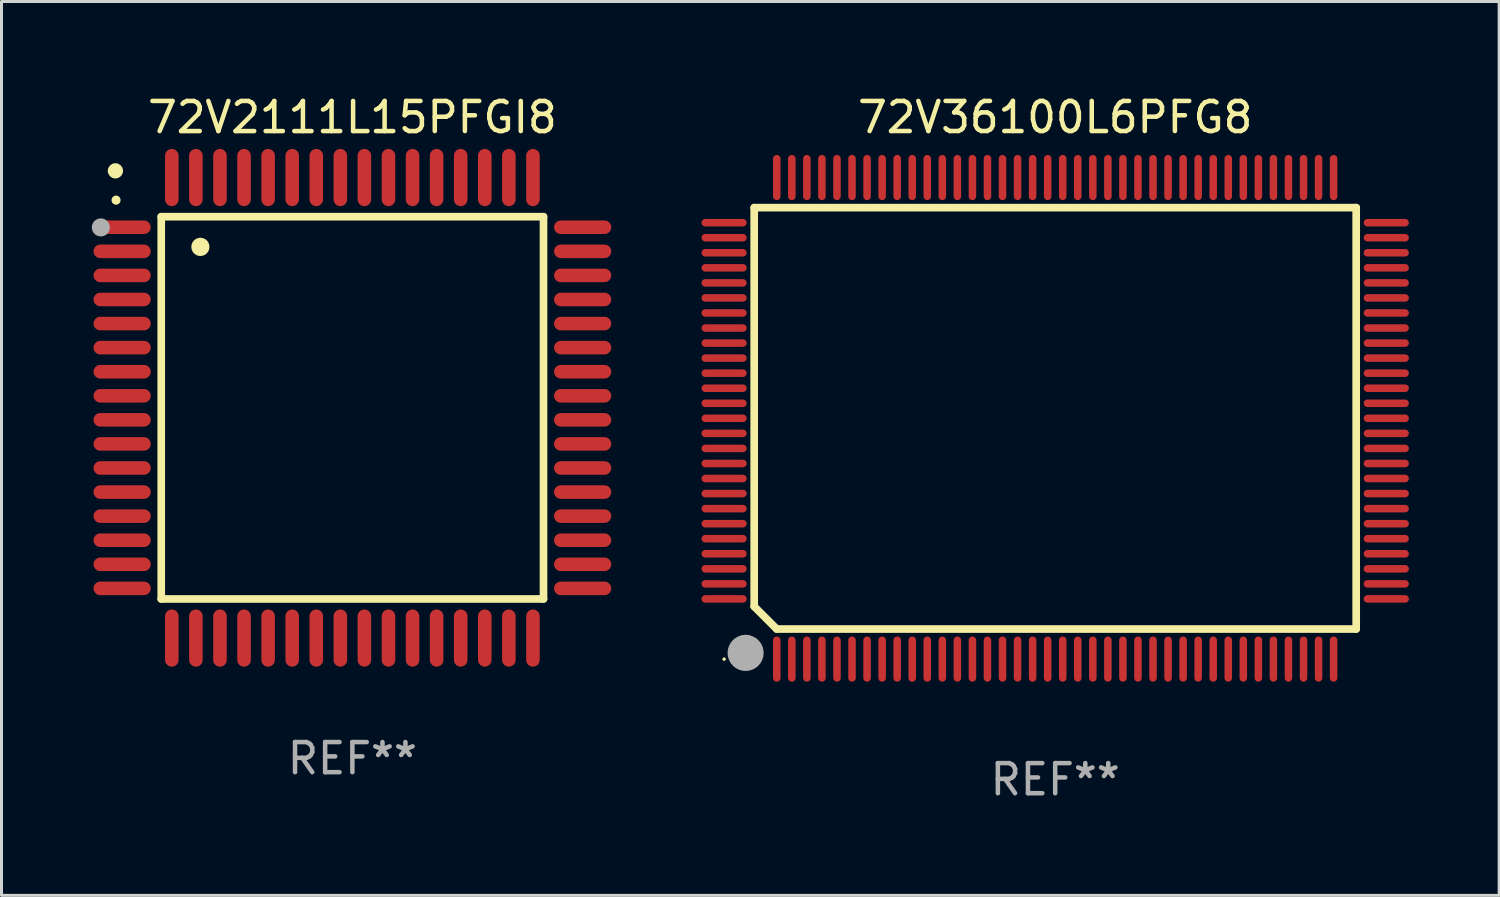
<source format=kicad_pcb>
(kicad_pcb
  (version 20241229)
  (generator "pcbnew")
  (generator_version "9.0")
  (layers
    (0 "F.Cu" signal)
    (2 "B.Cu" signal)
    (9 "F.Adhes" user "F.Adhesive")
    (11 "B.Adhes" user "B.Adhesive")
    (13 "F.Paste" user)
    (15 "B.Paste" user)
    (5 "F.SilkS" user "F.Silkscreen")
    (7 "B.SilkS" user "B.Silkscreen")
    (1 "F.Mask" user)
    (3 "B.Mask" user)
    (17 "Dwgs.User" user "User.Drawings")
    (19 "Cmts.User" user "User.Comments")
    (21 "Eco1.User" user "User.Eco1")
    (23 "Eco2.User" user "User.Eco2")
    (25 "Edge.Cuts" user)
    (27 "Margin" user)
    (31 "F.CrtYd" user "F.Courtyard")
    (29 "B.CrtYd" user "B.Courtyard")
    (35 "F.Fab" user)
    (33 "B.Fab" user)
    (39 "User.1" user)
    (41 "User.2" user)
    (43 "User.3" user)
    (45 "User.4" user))
  (footprint "72V36100L6PFG8"
    (layer "F.Cu")
    (at 32.007 10.848)
    (property "Reference" "72V36100L6PFG8" (at 0 -10 0) (layer "F.SilkS") (effects (font (size 1 1) (thickness 0.15))))
    (attr through_hole)
    (fp_line (start -10 -7) (end -10 6.25) (stroke (width 0.254) (type solid)) (layer "F.SilkS"))
    (fp_line (start -10 -7) (end 10 -7) (stroke (width 0.254) (type solid)) (layer "F.SilkS"))
    (fp_line (start -9.252 7) (end -10 6.252) (stroke (width 0.254) (type solid)) (layer "F.SilkS"))
    (fp_line (start 10 -7) (end 10 7) (stroke (width 0.254) (type solid)) (layer "F.SilkS"))
    (fp_line (start 10 7) (end -9.252 7) (stroke (width 0.254) (type solid)) (layer "F.SilkS"))
    (fp_arc (start -10.287021 7.493015) (mid -10.284481 7.493004) (end -10.281941 7.493015) (stroke (width 0.6) (type solid)) (layer "F.SilkS"))
    (fp_circle (center -11 8) (end -10.97 8) (stroke (width 0.06) (type solid)) (fill no) (layer "F.SilkS"))
    (fp_circle (center -10.285 7.794) (end -9.985 7.794) (stroke (width 0.6) (type solid)) (fill no) (layer "F.Fab"))
    (fp_text user "REF**" (at 0 12 0) (layer "F.Fab") (effects (font (size 1 1) (thickness 0.15))))
    (pad "1" smd oval (at -9.25 8) (size 0.25 1.5) (layers "F.Cu" "F.Mask" "F.Paste"))
    (pad "2" smd oval (at -8.75 8) (size 0.25 1.5) (layers "F.Cu" "F.Mask" "F.Paste"))
    (pad "3" smd oval (at -8.25 8) (size 0.25 1.5) (layers "F.Cu" "F.Mask" "F.Paste"))
    (pad "4" smd oval (at -7.75 8) (size 0.25 1.5) (layers "F.Cu" "F.Mask" "F.Paste"))
    (pad "5" smd oval (at -7.25 8) (size 0.25 1.5) (layers "F.Cu" "F.Mask" "F.Paste"))
    (pad "6" smd oval (at -6.75 8) (size 0.25 1.5) (layers "F.Cu" "F.Mask" "F.Paste"))
    (pad "7" smd oval (at -6.25 8) (size 0.25 1.5) (layers "F.Cu" "F.Mask" "F.Paste"))
    (pad "8" smd oval (at -5.75 8) (size 0.25 1.5) (layers "F.Cu" "F.Mask" "F.Paste"))
    (pad "9" smd oval (at -5.25 8) (size 0.25 1.5) (layers "F.Cu" "F.Mask" "F.Paste"))
    (pad "10" smd oval (at -4.75 8) (size 0.25 1.5) (layers "F.Cu" "F.Mask" "F.Paste"))
    (pad "11" smd oval (at -4.25 8) (size 0.25 1.5) (layers "F.Cu" "F.Mask" "F.Paste"))
    (pad "12" smd oval (at -3.75 8) (size 0.25 1.5) (layers "F.Cu" "F.Mask" "F.Paste"))
    (pad "13" smd oval (at -3.25 8) (size 0.25 1.5) (layers "F.Cu" "F.Mask" "F.Paste"))
    (pad "14" smd oval (at -2.75 8) (size 0.25 1.5) (layers "F.Cu" "F.Mask" "F.Paste"))
    (pad "15" smd oval (at -2.25 8) (size 0.25 1.5) (layers "F.Cu" "F.Mask" "F.Paste"))
    (pad "16" smd oval (at -1.75 8) (size 0.25 1.5) (layers "F.Cu" "F.Mask" "F.Paste"))
    (pad "17" smd oval (at -1.25 8) (size 0.25 1.5) (layers "F.Cu" "F.Mask" "F.Paste"))
    (pad "18" smd oval (at -0.75 8) (size 0.25 1.5) (layers "F.Cu" "F.Mask" "F.Paste"))
    (pad "19" smd oval (at -0.25 8) (size 0.25 1.5) (layers "F.Cu" "F.Mask" "F.Paste"))
    (pad "20" smd oval (at 0.25 8) (size 0.25 1.5) (layers "F.Cu" "F.Mask" "F.Paste"))
    (pad "21" smd oval (at 0.75 8) (size 0.25 1.5) (layers "F.Cu" "F.Mask" "F.Paste"))
    (pad "22" smd oval (at 1.25 8) (size 0.25 1.5) (layers "F.Cu" "F.Mask" "F.Paste"))
    (pad "23" smd oval (at 1.75 8) (size 0.25 1.5) (layers "F.Cu" "F.Mask" "F.Paste"))
    (pad "24" smd oval (at 2.25 8) (size 0.25 1.5) (layers "F.Cu" "F.Mask" "F.Paste"))
    (pad "25" smd oval (at 2.75 8) (size 0.25 1.5) (layers "F.Cu" "F.Mask" "F.Paste"))
    (pad "26" smd oval (at 3.25 8) (size 0.25 1.5) (layers "F.Cu" "F.Mask" "F.Paste"))
    (pad "27" smd oval (at 3.75 8) (size 0.25 1.5) (layers "F.Cu" "F.Mask" "F.Paste"))
    (pad "28" smd oval (at 4.25 8) (size 0.25 1.5) (layers "F.Cu" "F.Mask" "F.Paste"))
    (pad "29" smd oval (at 4.75 8) (size 0.25 1.5) (layers "F.Cu" "F.Mask" "F.Paste"))
    (pad "30" smd oval (at 5.25 8) (size 0.25 1.5) (layers "F.Cu" "F.Mask" "F.Paste"))
    (pad "31" smd oval (at 5.75 8) (size 0.25 1.5) (layers "F.Cu" "F.Mask" "F.Paste"))
    (pad "32" smd oval (at 6.25 8) (size 0.25 1.5) (layers "F.Cu" "F.Mask" "F.Paste"))
    (pad "33" smd oval (at 6.75 8 180) (size 0.25 1.5) (layers "F.Cu" "F.Mask" "F.Paste"))
    (pad "34" smd oval (at 7.25 8 180) (size 0.25 1.5) (layers "F.Cu" "F.Mask" "F.Paste"))
    (pad "35" smd oval (at 7.75 8 180) (size 0.25 1.5) (layers "F.Cu" "F.Mask" "F.Paste"))
    (pad "36" smd oval (at 8.25 8 180) (size 0.25 1.5) (layers "F.Cu" "F.Mask" "F.Paste"))
    (pad "37" smd oval (at 8.75 8 180) (size 0.25 1.5) (layers "F.Cu" "F.Mask" "F.Paste"))
    (pad "38" smd oval (at 9.25 8 180) (size 0.25 1.5) (layers "F.Cu" "F.Mask" "F.Paste"))
    (pad "39" smd oval (at 11 6 270) (size 0.25 1.5) (layers "F.Cu" "F.Mask" "F.Paste"))
    (pad "40" smd oval (at 11 5.5 270) (size 0.25 1.5) (layers "F.Cu" "F.Mask" "F.Paste"))
    (pad "41" smd oval (at 11 5 270) (size 0.25 1.5) (layers "F.Cu" "F.Mask" "F.Paste"))
    (pad "42" smd oval (at 11 4.5 270) (size 0.25 1.5) (layers "F.Cu" "F.Mask" "F.Paste"))
    (pad "43" smd oval (at 11 4 270) (size 0.25 1.5) (layers "F.Cu" "F.Mask" "F.Paste"))
    (pad "44" smd oval (at 11 3.5 270) (size 0.25 1.5) (layers "F.Cu" "F.Mask" "F.Paste"))
    (pad "45" smd oval (at 11 3 270) (size 0.25 1.5) (layers "F.Cu" "F.Mask" "F.Paste"))
    (pad "46" smd oval (at 11 2.5 270) (size 0.25 1.5) (layers "F.Cu" "F.Mask" "F.Paste"))
    (pad "47" smd oval (at 11 2 270) (size 0.25 1.5) (layers "F.Cu" "F.Mask" "F.Paste"))
    (pad "48" smd oval (at 11 1.5 270) (size 0.25 1.5) (layers "F.Cu" "F.Mask" "F.Paste"))
    (pad "49" smd oval (at 11 1 270) (size 0.25 1.5) (layers "F.Cu" "F.Mask" "F.Paste"))
    (pad "50" smd oval (at 11 0.5 270) (size 0.25 1.5) (layers "F.Cu" "F.Mask" "F.Paste"))
    (pad "51" smd oval (at 11 0 270) (size 0.25 1.5) (layers "F.Cu" "F.Mask" "F.Paste"))
    (pad "52" smd oval (at 11 -0.5 270) (size 0.25 1.5) (layers "F.Cu" "F.Mask" "F.Paste"))
    (pad "53" smd oval (at 11 -1 270) (size 0.25 1.5) (layers "F.Cu" "F.Mask" "F.Paste"))
    (pad "54" smd oval (at 11 -1.5 270) (size 0.25 1.5) (layers "F.Cu" "F.Mask" "F.Paste"))
    (pad "55" smd oval (at 11 -2 270) (size 0.25 1.5) (layers "F.Cu" "F.Mask" "F.Paste"))
    (pad "56" smd oval (at 11 -2.5 270) (size 0.25 1.5) (layers "F.Cu" "F.Mask" "F.Paste"))
    (pad "57" smd oval (at 11 -3 270) (size 0.25 1.5) (layers "F.Cu" "F.Mask" "F.Paste"))
    (pad "58" smd oval (at 11 -3.5 270) (size 0.25 1.5) (layers "F.Cu" "F.Mask" "F.Paste"))
    (pad "59" smd oval (at 11 -4 270) (size 0.25 1.5) (layers "F.Cu" "F.Mask" "F.Paste"))
    (pad "60" smd oval (at 11 -4.5 270) (size 0.25 1.5) (layers "F.Cu" "F.Mask" "F.Paste"))
    (pad "61" smd oval (at 11 -5 270) (size 0.25 1.5) (layers "F.Cu" "F.Mask" "F.Paste"))
    (pad "62" smd oval (at 11 -5.5 270) (size 0.25 1.5) (layers "F.Cu" "F.Mask" "F.Paste"))
    (pad "63" smd oval (at 11 -6 270) (size 0.25 1.5) (layers "F.Cu" "F.Mask" "F.Paste"))
    (pad "64" smd oval (at 11 -6.5 270) (size 0.25 1.5) (layers "F.Cu" "F.Mask" "F.Paste"))
    (pad "65" smd oval (at 9.25 -8 180) (size 0.25 1.5) (layers "F.Cu" "F.Mask" "F.Paste"))
    (pad "66" smd oval (at 8.75 -8 180) (size 0.25 1.5) (layers "F.Cu" "F.Mask" "F.Paste"))
    (pad "67" smd oval (at 8.25 -8 180) (size 0.25 1.5) (layers "F.Cu" "F.Mask" "F.Paste"))
    (pad "68" smd oval (at 7.75 -8 180) (size 0.25 1.5) (layers "F.Cu" "F.Mask" "F.Paste"))
    (pad "69" smd oval (at 7.25 -8 180) (size 0.25 1.5) (layers "F.Cu" "F.Mask" "F.Paste"))
    (pad "70" smd oval (at 6.75 -8 180) (size 0.25 1.5) (layers "F.Cu" "F.Mask" "F.Paste"))
    (pad "71" smd oval (at 6.25 -8 180) (size 0.25 1.5) (layers "F.Cu" "F.Mask" "F.Paste"))
    (pad "72" smd oval (at 5.75 -8 180) (size 0.25 1.5) (layers "F.Cu" "F.Mask" "F.Paste"))
    (pad "73" smd oval (at 5.25 -8 180) (size 0.25 1.5) (layers "F.Cu" "F.Mask" "F.Paste"))
    (pad "74" smd oval (at 4.75 -8 180) (size 0.25 1.5) (layers "F.Cu" "F.Mask" "F.Paste"))
    (pad "75" smd oval (at 4.25 -8 180) (size 0.25 1.5) (layers "F.Cu" "F.Mask" "F.Paste"))
    (pad "76" smd oval (at 3.75 -8 180) (size 0.25 1.5) (layers "F.Cu" "F.Mask" "F.Paste"))
    (pad "77" smd oval (at 3.25 -8 180) (size 0.25 1.5) (layers "F.Cu" "F.Mask" "F.Paste"))
    (pad "78" smd oval (at 2.75 -8 180) (size 0.25 1.5) (layers "F.Cu" "F.Mask" "F.Paste"))
    (pad "79" smd oval (at 2.25 -8 180) (size 0.25 1.5) (layers "F.Cu" "F.Mask" "F.Paste"))
    (pad "80" smd oval (at 1.75 -8 180) (size 0.25 1.5) (layers "F.Cu" "F.Mask" "F.Paste"))
    (pad "81" smd oval (at 1.25 -8 180) (size 0.25 1.5) (layers "F.Cu" "F.Mask" "F.Paste"))
    (pad "82" smd oval (at 0.75 -8 180) (size 0.25 1.5) (layers "F.Cu" "F.Mask" "F.Paste"))
    (pad "83" smd oval (at 0.25 -8 180) (size 0.25 1.5) (layers "F.Cu" "F.Mask" "F.Paste"))
    (pad "84" smd oval (at -0.25 -8 180) (size 0.25 1.5) (layers "F.Cu" "F.Mask" "F.Paste"))
    (pad "85" smd oval (at -0.75 -8 180) (size 0.25 1.5) (layers "F.Cu" "F.Mask" "F.Paste"))
    (pad "86" smd oval (at -1.25 -8 180) (size 0.25 1.5) (layers "F.Cu" "F.Mask" "F.Paste"))
    (pad "87" smd oval (at -1.75 -8 180) (size 0.25 1.5) (layers "F.Cu" "F.Mask" "F.Paste"))
    (pad "88" smd oval (at -2.25 -8 180) (size 0.25 1.5) (layers "F.Cu" "F.Mask" "F.Paste"))
    (pad "89" smd oval (at -2.75 -8 180) (size 0.25 1.5) (layers "F.Cu" "F.Mask" "F.Paste"))
    (pad "90" smd oval (at -3.25 -8 180) (size 0.25 1.5) (layers "F.Cu" "F.Mask" "F.Paste"))
    (pad "91" smd oval (at -3.75 -8 180) (size 0.25 1.5) (layers "F.Cu" "F.Mask" "F.Paste"))
    (pad "92" smd oval (at -4.25 -8 180) (size 0.25 1.5) (layers "F.Cu" "F.Mask" "F.Paste"))
    (pad "93" smd oval (at -4.75 -8 180) (size 0.25 1.5) (layers "F.Cu" "F.Mask" "F.Paste"))
    (pad "94" smd oval (at -5.25 -8 180) (size 0.25 1.5) (layers "F.Cu" "F.Mask" "F.Paste"))
    (pad "95" smd oval (at -5.75 -8 180) (size 0.25 1.5) (layers "F.Cu" "F.Mask" "F.Paste"))
    (pad "96" smd oval (at -6.25 -8 180) (size 0.25 1.5) (layers "F.Cu" "F.Mask" "F.Paste"))
    (pad "97" smd oval (at -6.75 -8 180) (size 0.25 1.5) (layers "F.Cu" "F.Mask" "F.Paste"))
    (pad "98" smd oval (at -7.25 -8 180) (size 0.25 1.5) (layers "F.Cu" "F.Mask" "F.Paste"))
    (pad "99" smd oval (at -7.75 -8 180) (size 0.25 1.5) (layers "F.Cu" "F.Mask" "F.Paste"))
    (pad "100" smd oval (at -8.25 -8 180) (size 0.25 1.5) (layers "F.Cu" "F.Mask" "F.Paste"))
    (pad "101" smd oval (at -8.75 -8 180) (size 0.25 1.5) (layers "F.Cu" "F.Mask" "F.Paste"))
    (pad "102" smd oval (at -9.25 -8) (size 0.25 1.5) (layers "F.Cu" "F.Mask" "F.Paste"))
    (pad "103" smd oval (at -11 -6.5 270) (size 0.25 1.5) (layers "F.Cu" "F.Mask" "F.Paste"))
    (pad "104" smd oval (at -11 -6 270) (size 0.25 1.5) (layers "F.Cu" "F.Mask" "F.Paste"))
    (pad "105" smd oval (at -11 -5.5 270) (size 0.25 1.5) (layers "F.Cu" "F.Mask" "F.Paste"))
    (pad "106" smd oval (at -11 -5 270) (size 0.25 1.5) (layers "F.Cu" "F.Mask" "F.Paste"))
    (pad "107" smd oval (at -11 -4.5 270) (size 0.25 1.5) (layers "F.Cu" "F.Mask" "F.Paste"))
    (pad "108" smd oval (at -11 -4 270) (size 0.25 1.5) (layers "F.Cu" "F.Mask" "F.Paste"))
    (pad "109" smd oval (at -11 -3.5 270) (size 0.25 1.5) (layers "F.Cu" "F.Mask" "F.Paste"))
    (pad "110" smd oval (at -11 -3 270) (size 0.25 1.5) (layers "F.Cu" "F.Mask" "F.Paste"))
    (pad "111" smd oval (at -11 -2.5 270) (size 0.25 1.5) (layers "F.Cu" "F.Mask" "F.Paste"))
    (pad "112" smd oval (at -11 -2 270) (size 0.25 1.5) (layers "F.Cu" "F.Mask" "F.Paste"))
    (pad "113" smd oval (at -11 -1.5 270) (size 0.25 1.5) (layers "F.Cu" "F.Mask" "F.Paste"))
    (pad "114" smd oval (at -11 -1 270) (size 0.25 1.5) (layers "F.Cu" "F.Mask" "F.Paste"))
    (pad "115" smd oval (at -11 -0.5 270) (size 0.25 1.5) (layers "F.Cu" "F.Mask" "F.Paste"))
    (pad "116" smd oval (at -11 0 270) (size 0.25 1.5) (layers "F.Cu" "F.Mask" "F.Paste"))
    (pad "117" smd oval (at -11 0.5 270) (size 0.25 1.5) (layers "F.Cu" "F.Mask" "F.Paste"))
    (pad "118" smd oval (at -11 1 270) (size 0.25 1.5) (layers "F.Cu" "F.Mask" "F.Paste"))
    (pad "119" smd oval (at -11 1.5 270) (size 0.25 1.5) (layers "F.Cu" "F.Mask" "F.Paste"))
    (pad "120" smd oval (at -11 2 270) (size 0.25 1.5) (layers "F.Cu" "F.Mask" "F.Paste"))
    (pad "121" smd oval (at -11 2.5 270) (size 0.25 1.5) (layers "F.Cu" "F.Mask" "F.Paste"))
    (pad "122" smd oval (at -11 3 270) (size 0.25 1.5) (layers "F.Cu" "F.Mask" "F.Paste"))
    (pad "123" smd oval (at -11 3.5 270) (size 0.25 1.5) (layers "F.Cu" "F.Mask" "F.Paste"))
    (pad "124" smd oval (at -11 4 270) (size 0.25 1.5) (layers "F.Cu" "F.Mask" "F.Paste"))
    (pad "125" smd oval (at -11 4.5 270) (size 0.25 1.5) (layers "F.Cu" "F.Mask" "F.Paste"))
    (pad "126" smd oval (at -11 5 270) (size 0.25 1.5) (layers "F.Cu" "F.Mask" "F.Paste"))
    (pad "127" smd oval (at -11 5.5 270) (size 0.25 1.5) (layers "F.Cu" "F.Mask" "F.Paste"))
    (pad "128" smd oval (at -11 6 270) (size 0.25 1.5) (layers "F.Cu" "F.Mask" "F.Paste")))
  (footprint "72V2111L15PFGI8"
    (layer "F.Cu")
    (at 8.657 10.499)
    (property "Reference" "72V2111L15PFGI8" (at 0 -9.65 0) (layer "F.SilkS") (effects (font (size 1 1) (thickness 0.15))))
    (attr through_hole)
    (fp_line (start -6.35 -6.35) (end 6.35 -6.35) (stroke (width 0.254) (type solid)) (layer "F.SilkS"))
    (fp_line (start -6.35 6.35) (end -6.35 -6.35) (stroke (width 0.254) (type solid)) (layer "F.SilkS"))
    (fp_line (start 6.35 -6.35) (end 6.35 6.35) (stroke (width 0.254) (type solid)) (layer "F.SilkS"))
    (fp_line (start 6.35 6.35) (end -6.35 6.35) (stroke (width 0.254) (type solid)) (layer "F.SilkS"))
    (fp_arc (start -7.851156 -6.898654) (mid -7.851161 -6.899924) (end -7.851156 -6.901194) (stroke (width 0.3) (type solid)) (layer "F.SilkS"))
    (fp_arc (start -5.04953 -5.344171) (mid -5.049541 -5.346711) (end -5.04953 -5.349251) (stroke (width 0.6) (type solid)) (layer "F.SilkS"))
    (fp_circle (center -7.873 -7.873) (end -7.746 -7.873) (stroke (width 0.254) (type solid)) (fill no) (layer "F.SilkS"))
    (fp_circle (center -8.357 -5.994) (end -8.207 -5.994) (stroke (width 0.3) (type solid)) (fill no) (layer "F.Fab"))
    (fp_text user "REF**" (at 0 11.65 0) (layer "F.Fab") (effects (font (size 1 1) (thickness 0.15))))
    (pad "1" smd oval (at -7.65 -5.999 90) (size 0.45 1.9) (layers "F.Cu" "F.Mask" "F.Paste"))
    (pad "2" smd oval (at -7.65 -5.199 90) (size 0.45 1.9) (layers "F.Cu" "F.Mask" "F.Paste"))
    (pad "3" smd oval (at -7.65 -4.399 90) (size 0.45 1.9) (layers "F.Cu" "F.Mask" "F.Paste"))
    (pad "4" smd oval (at -7.65 -3.599 90) (size 0.45 1.9) (layers "F.Cu" "F.Mask" "F.Paste"))
    (pad "5" smd oval (at -7.65 -2.799 90) (size 0.45 1.9) (layers "F.Cu" "F.Mask" "F.Paste"))
    (pad "6" smd oval (at -7.65 -1.999 90) (size 0.45 1.9) (layers "F.Cu" "F.Mask" "F.Paste"))
    (pad "7" smd oval (at -7.65 -1.199 90) (size 0.45 1.9) (layers "F.Cu" "F.Mask" "F.Paste"))
    (pad "8" smd oval (at -7.65 -0.399 90) (size 0.45 1.9) (layers "F.Cu" "F.Mask" "F.Paste"))
    (pad "9" smd oval (at -7.65 0.399 90) (size 0.45 1.9) (layers "F.Cu" "F.Mask" "F.Paste"))
    (pad "10" smd oval (at -7.65 1.199 90) (size 0.45 1.9) (layers "F.Cu" "F.Mask" "F.Paste"))
    (pad "11" smd oval (at -7.65 1.999 90) (size 0.45 1.9) (layers "F.Cu" "F.Mask" "F.Paste"))
    (pad "12" smd oval (at -7.65 2.799 90) (size 0.45 1.9) (layers "F.Cu" "F.Mask" "F.Paste"))
    (pad "13" smd oval (at -7.65 3.599 90) (size 0.45 1.9) (layers "F.Cu" "F.Mask" "F.Paste"))
    (pad "14" smd oval (at -7.65 4.399 90) (size 0.45 1.9) (layers "F.Cu" "F.Mask" "F.Paste"))
    (pad "15" smd oval (at -7.65 5.199 90) (size 0.45 1.9) (layers "F.Cu" "F.Mask" "F.Paste"))
    (pad "16" smd oval (at -7.65 5.999 90) (size 0.45 1.9) (layers "F.Cu" "F.Mask" "F.Paste"))
    (pad "17" smd oval (at -5.999 7.65) (size 0.45 1.9) (layers "F.Cu" "F.Mask" "F.Paste"))
    (pad "18" smd oval (at -5.199 7.65) (size 0.45 1.9) (layers "F.Cu" "F.Mask" "F.Paste"))
    (pad "19" smd oval (at -4.399 7.65) (size 0.45 1.9) (layers "F.Cu" "F.Mask" "F.Paste"))
    (pad "20" smd oval (at -3.599 7.65) (size 0.45 1.9) (layers "F.Cu" "F.Mask" "F.Paste"))
    (pad "21" smd oval (at -2.799 7.65) (size 0.45 1.9) (layers "F.Cu" "F.Mask" "F.Paste"))
    (pad "22" smd oval (at -1.999 7.65) (size 0.45 1.9) (layers "F.Cu" "F.Mask" "F.Paste"))
    (pad "23" smd oval (at -1.199 7.65) (size 0.45 1.9) (layers "F.Cu" "F.Mask" "F.Paste"))
    (pad "24" smd oval (at -0.399 7.65) (size 0.45 1.9) (layers "F.Cu" "F.Mask" "F.Paste"))
    (pad "25" smd oval (at 0.399 7.65) (size 0.45 1.9) (layers "F.Cu" "F.Mask" "F.Paste"))
    (pad "26" smd oval (at 1.199 7.65) (size 0.45 1.9) (layers "F.Cu" "F.Mask" "F.Paste"))
    (pad "27" smd oval (at 1.999 7.65) (size 0.45 1.9) (layers "F.Cu" "F.Mask" "F.Paste"))
    (pad "28" smd oval (at 2.799 7.65) (size 0.45 1.9) (layers "F.Cu" "F.Mask" "F.Paste"))
    (pad "29" smd oval (at 3.599 7.65) (size 0.45 1.9) (layers "F.Cu" "F.Mask" "F.Paste"))
    (pad "30" smd oval (at 4.399 7.65) (size 0.45 1.9) (layers "F.Cu" "F.Mask" "F.Paste"))
    (pad "31" smd oval (at 5.199 7.65) (size 0.45 1.9) (layers "F.Cu" "F.Mask" "F.Paste"))
    (pad "32" smd oval (at 5.999 7.65) (size 0.45 1.9) (layers "F.Cu" "F.Mask" "F.Paste"))
    (pad "33" smd oval (at 7.65 5.999 90) (size 0.45 1.9) (layers "F.Cu" "F.Mask" "F.Paste"))
    (pad "34" smd oval (at 7.65 5.199 90) (size 0.45 1.9) (layers "F.Cu" "F.Mask" "F.Paste"))
    (pad "35" smd oval (at 7.65 4.399 90) (size 0.45 1.9) (layers "F.Cu" "F.Mask" "F.Paste"))
    (pad "36" smd oval (at 7.65 3.599 90) (size 0.45 1.9) (layers "F.Cu" "F.Mask" "F.Paste"))
    (pad "37" smd oval (at 7.65 2.799 90) (size 0.45 1.9) (layers "F.Cu" "F.Mask" "F.Paste"))
    (pad "38" smd oval (at 7.65 1.999 90) (size 0.45 1.9) (layers "F.Cu" "F.Mask" "F.Paste"))
    (pad "39" smd oval (at 7.65 1.199 90) (size 0.45 1.9) (layers "F.Cu" "F.Mask" "F.Paste"))
    (pad "40" smd oval (at 7.65 0.399 90) (size 0.45 1.9) (layers "F.Cu" "F.Mask" "F.Paste"))
    (pad "41" smd oval (at 7.65 -0.399 90) (size 0.45 1.9) (layers "F.Cu" "F.Mask" "F.Paste"))
    (pad "42" smd oval (at 7.65 -1.199 90) (size 0.45 1.9) (layers "F.Cu" "F.Mask" "F.Paste"))
    (pad "43" smd oval (at 7.65 -1.999 90) (size 0.45 1.9) (layers "F.Cu" "F.Mask" "F.Paste"))
    (pad "44" smd oval (at 7.65 -2.799 90) (size 0.45 1.9) (layers "F.Cu" "F.Mask" "F.Paste"))
    (pad "45" smd oval (at 7.65 -3.599 90) (size 0.45 1.9) (layers "F.Cu" "F.Mask" "F.Paste"))
    (pad "46" smd oval (at 7.65 -4.399 90) (size 0.45 1.9) (layers "F.Cu" "F.Mask" "F.Paste"))
    (pad "47" smd oval (at 7.65 -5.199 90) (size 0.45 1.9) (layers "F.Cu" "F.Mask" "F.Paste"))
    (pad "48" smd oval (at 7.65 -5.999 90) (size 0.45 1.9) (layers "F.Cu" "F.Mask" "F.Paste"))
    (pad "49" smd oval (at 5.999 -7.65) (size 0.45 1.9) (layers "F.Cu" "F.Mask" "F.Paste"))
    (pad "50" smd oval (at 5.199 -7.65) (size 0.45 1.9) (layers "F.Cu" "F.Mask" "F.Paste"))
    (pad "51" smd oval (at 4.399 -7.65) (size 0.45 1.9) (layers "F.Cu" "F.Mask" "F.Paste"))
    (pad "52" smd oval (at 3.599 -7.65) (size 0.45 1.9) (layers "F.Cu" "F.Mask" "F.Paste"))
    (pad "53" smd oval (at 2.799 -7.65) (size 0.45 1.9) (layers "F.Cu" "F.Mask" "F.Paste"))
    (pad "54" smd oval (at 1.999 -7.65) (size 0.45 1.9) (layers "F.Cu" "F.Mask" "F.Paste"))
    (pad "55" smd oval (at 1.199 -7.65) (size 0.45 1.9) (layers "F.Cu" "F.Mask" "F.Paste"))
    (pad "56" smd oval (at 0.399 -7.65) (size 0.45 1.9) (layers "F.Cu" "F.Mask" "F.Paste"))
    (pad "57" smd oval (at -0.399 -7.65) (size 0.45 1.9) (layers "F.Cu" "F.Mask" "F.Paste"))
    (pad "58" smd oval (at -1.199 -7.65) (size 0.45 1.9) (layers "F.Cu" "F.Mask" "F.Paste"))
    (pad "59" smd oval (at -1.999 -7.65) (size 0.45 1.9) (layers "F.Cu" "F.Mask" "F.Paste"))
    (pad "60" smd oval (at -2.799 -7.65) (size 0.45 1.9) (layers "F.Cu" "F.Mask" "F.Paste"))
    (pad "61" smd oval (at -3.599 -7.65) (size 0.45 1.9) (layers "F.Cu" "F.Mask" "F.Paste"))
    (pad "62" smd oval (at -4.399 -7.65) (size 0.45 1.9) (layers "F.Cu" "F.Mask" "F.Paste"))
    (pad "63" smd oval (at -5.199 -7.65) (size 0.45 1.9) (layers "F.Cu" "F.Mask" "F.Paste"))
    (pad "64" smd oval (at -5.999 -7.65) (size 0.45 1.9) (layers "F.Cu" "F.Mask" "F.Paste")))
  (gr_rect
    (start -3 -3)
    (end 46.757 26.697)
    (stroke (width 0.1) (type default))
    (fill no)
    (layer "Edge.Cuts")))
</source>
